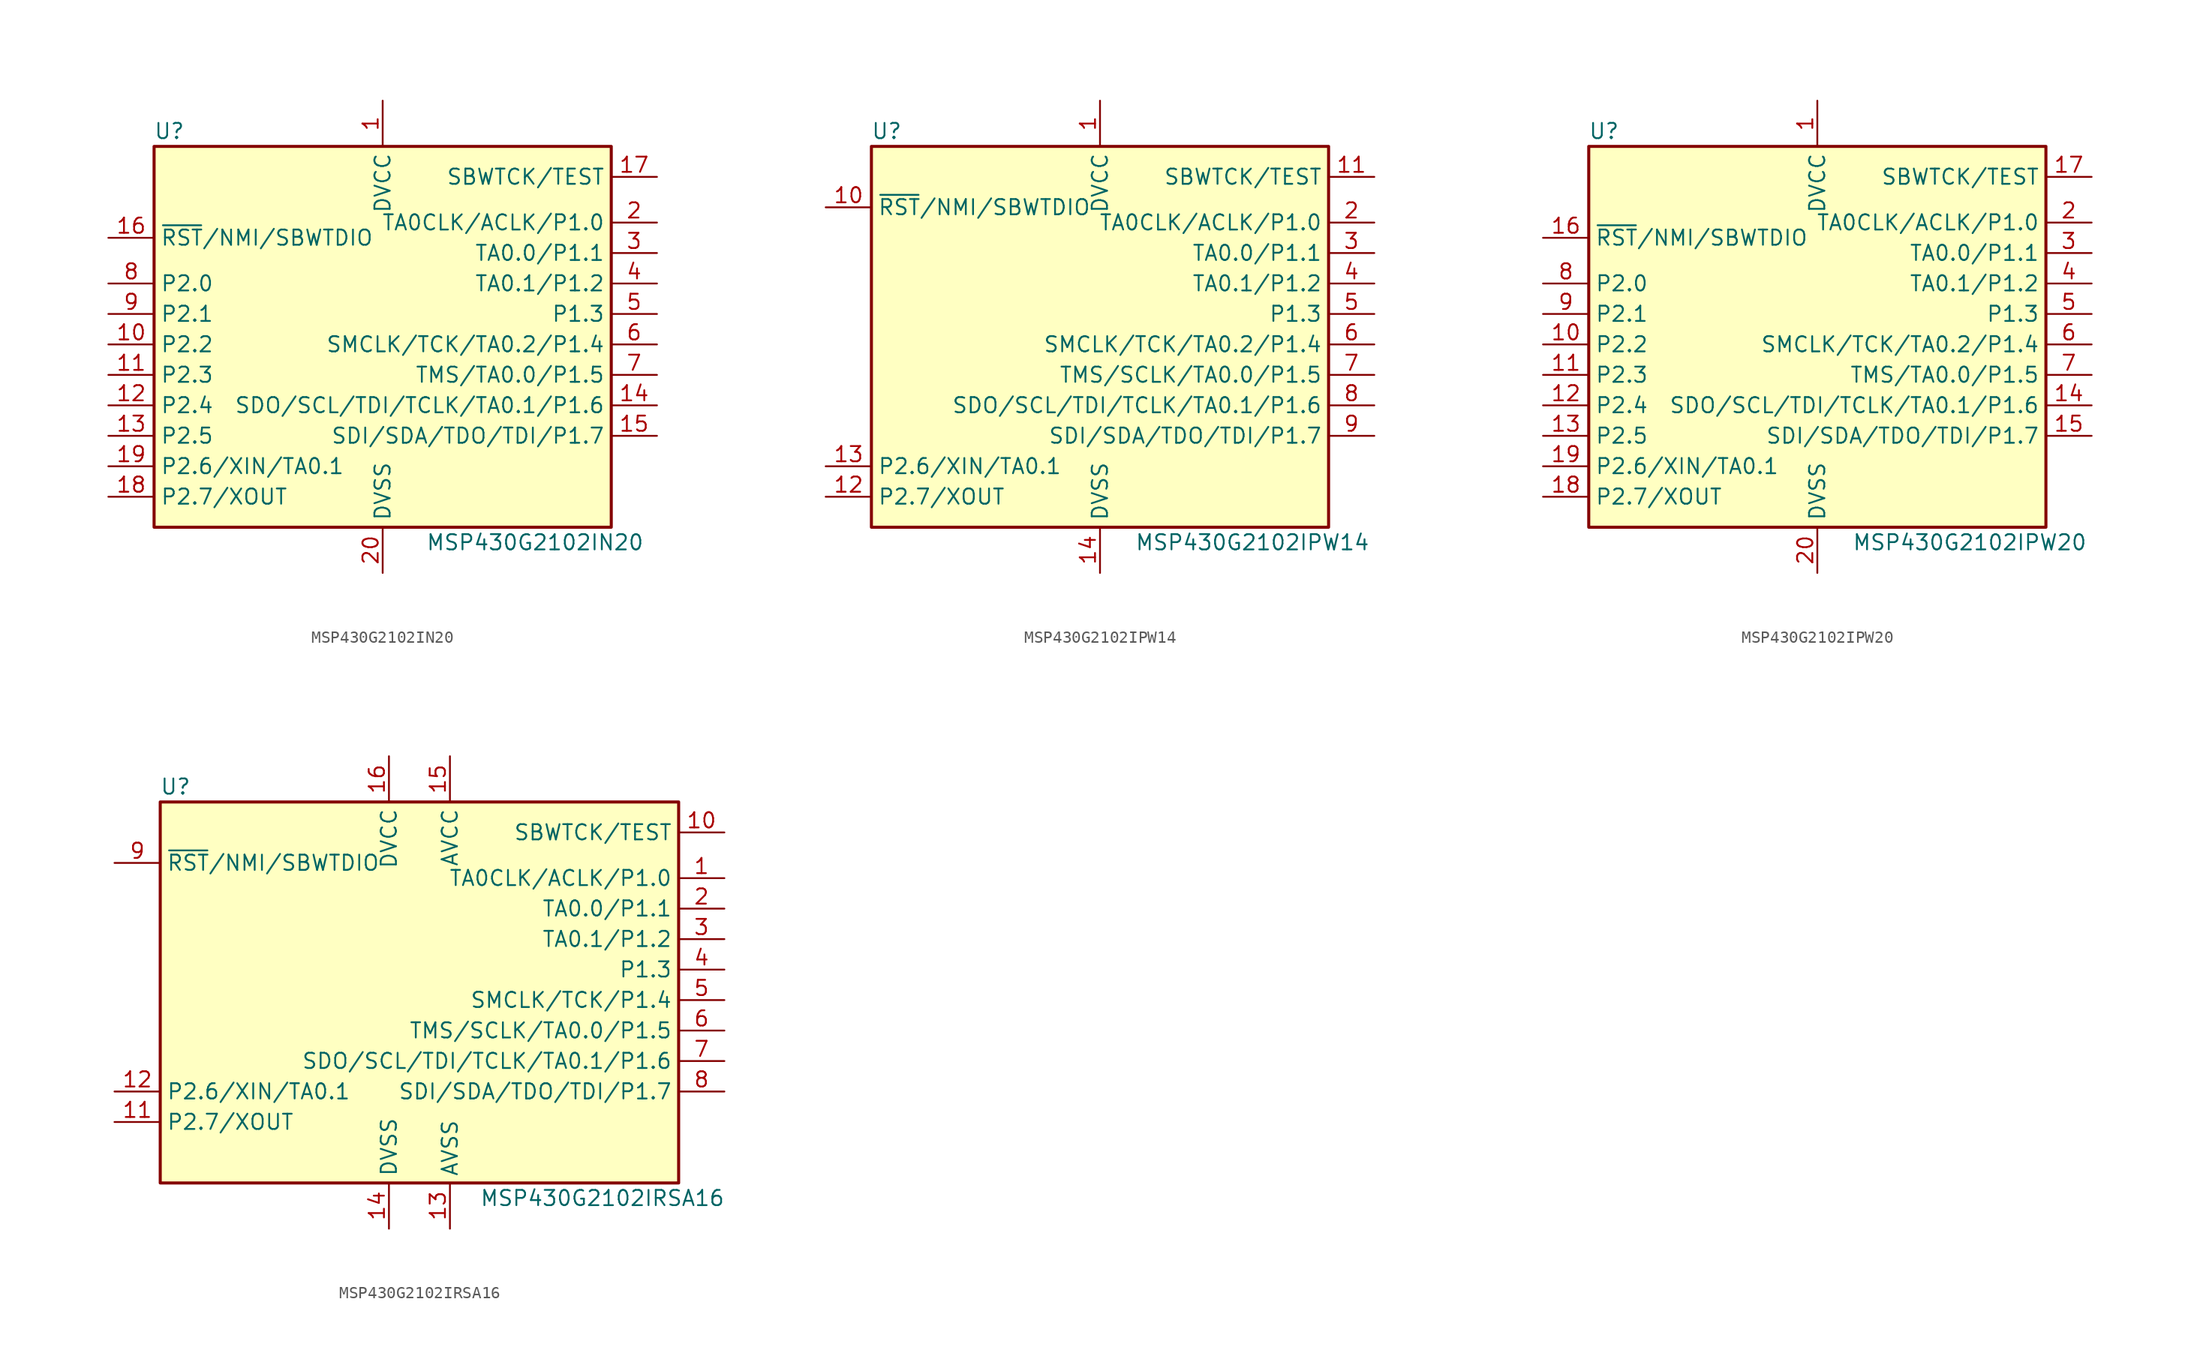
<source format=kicad_sym>
(kicad_symbol_lib
  (version 20211014)
  (generator kicad_symbol_editor)
  (symbol "MSP430G2102IN20"
    (property "Reference" "U"
      (at -17.78 17.78 0)
      (effects (font (size 1.27 1.27))))
    (property "Value" "MSP430G2102IN20"
      (at 12.7 -16.51 0)
      (effects (font (size 1.27 1.27))))
    (symbol "MSP430G2102IN20_0_1"
      (rectangle (start -19.05 16.51) (end 19.05 -15.24) (stroke (width 0.254) (type default) (color 0 0 0 0)) (fill (type background))))
    (symbol "MSP430G2102IN20_1_1"
      (pin power_in line (at 0 20.32 270) (length 3.81) (name "DVCC" (effects (font (size 1.27 1.27)))) (number "1" (effects (font (size 1.27 1.27)))))
      (pin bidirectional line (at -22.86 0 0) (length 3.81) (name "P2.2" (effects (font (size 1.27 1.27)))) (number "10" (effects (font (size 1.27 1.27)))))
      (pin bidirectional line (at -22.86 -2.54 0) (length 3.81) (name "P2.3" (effects (font (size 1.27 1.27)))) (number "11" (effects (font (size 1.27 1.27)))))
      (pin bidirectional line (at -22.86 -5.08 0) (length 3.81) (name "P2.4" (effects (font (size 1.27 1.27)))) (number "12" (effects (font (size 1.27 1.27)))))
      (pin bidirectional line (at -22.86 -7.62 0) (length 3.81) (name "P2.5" (effects (font (size 1.27 1.27)))) (number "13" (effects (font (size 1.27 1.27)))))
      (pin bidirectional line (at 22.86 -5.08 180) (length 3.81) (name "SDO/SCL/TDI/TCLK/TA0.1/P1.6" (effects (font (size 1.27 1.27)))) (number "14" (effects (font (size 1.27 1.27)))))
      (pin bidirectional line (at 22.86 -7.62 180) (length 3.81) (name "SDI/SDA/TDO/TDI/P1.7" (effects (font (size 1.27 1.27)))) (number "15" (effects (font (size 1.27 1.27)))))
      (pin input line (at -22.86 8.89 0) (length 3.81) (name "~{RST}/NMI/SBWTDIO" (effects (font (size 1.27 1.27)))) (number "16" (effects (font (size 1.27 1.27)))))
      (pin input line (at 22.86 13.97 180) (length 3.81) (name "SBWTCK/TEST" (effects (font (size 1.27 1.27)))) (number "17" (effects (font (size 1.27 1.27)))))
      (pin bidirectional line (at -22.86 -12.7 0) (length 3.81) (name "P2.7/XOUT" (effects (font (size 1.27 1.27)))) (number "18" (effects (font (size 1.27 1.27)))))
      (pin bidirectional line (at -22.86 -10.16 0) (length 3.81) (name "P2.6/XIN/TA0.1" (effects (font (size 1.27 1.27)))) (number "19" (effects (font (size 1.27 1.27)))))
      (pin bidirectional line (at 22.86 10.16 180) (length 3.81) (name "TA0CLK/ACLK/P1.0" (effects (font (size 1.27 1.27)))) (number "2" (effects (font (size 1.27 1.27)))))
      (pin power_in line (at 0 -19.05 90) (length 3.81) (name "DVSS" (effects (font (size 1.27 1.27)))) (number "20" (effects (font (size 1.27 1.27)))))
      (pin bidirectional line (at 22.86 7.62 180) (length 3.81) (name "TA0.0/P1.1" (effects (font (size 1.27 1.27)))) (number "3" (effects (font (size 1.27 1.27)))))
      (pin bidirectional line (at 22.86 5.08 180) (length 3.81) (name "TA0.1/P1.2" (effects (font (size 1.27 1.27)))) (number "4" (effects (font (size 1.27 1.27)))))
      (pin bidirectional line (at 22.86 2.54 180) (length 3.81) (name "P1.3" (effects (font (size 1.27 1.27)))) (number "5" (effects (font (size 1.27 1.27)))))
      (pin bidirectional line (at 22.86 0 180) (length 3.81) (name "SMCLK/TCK/TA0.2/P1.4" (effects (font (size 1.27 1.27)))) (number "6" (effects (font (size 1.27 1.27)))))
      (pin bidirectional line (at 22.86 -2.54 180) (length 3.81) (name "TMS/TA0.0/P1.5" (effects (font (size 1.27 1.27)))) (number "7" (effects (font (size 1.27 1.27)))))
      (pin bidirectional line (at -22.86 5.08 0) (length 3.81) (name "P2.0" (effects (font (size 1.27 1.27)))) (number "8" (effects (font (size 1.27 1.27)))))
      (pin bidirectional line (at -22.86 2.54 0) (length 3.81) (name "P2.1" (effects (font (size 1.27 1.27)))) (number "9" (effects (font (size 1.27 1.27)))))))
  (symbol "MSP430G2102IPW14"
    (property "Reference" "U"
      (at -17.78 17.78 0)
      (effects (font (size 1.27 1.27))))
    (property "Value" "MSP430G2102IPW14"
      (at 12.7 -16.51 0)
      (effects (font (size 1.27 1.27))))
    (symbol "MSP430G2102IPW14_0_1"
      (rectangle (start -19.05 16.51) (end 19.05 -15.24) (stroke (width 0.254) (type default) (color 0 0 0 0)) (fill (type background))))
    (symbol "MSP430G2102IPW14_1_1"
      (pin power_in line (at 0 20.32 270) (length 3.81) (name "DVCC" (effects (font (size 1.27 1.27)))) (number "1" (effects (font (size 1.27 1.27)))))
      (pin input line (at -22.86 11.43 0) (length 3.81) (name "~{RST}/NMI/SBWTDIO" (effects (font (size 1.27 1.27)))) (number "10" (effects (font (size 1.27 1.27)))))
      (pin input line (at 22.86 13.97 180) (length 3.81) (name "SBWTCK/TEST" (effects (font (size 1.27 1.27)))) (number "11" (effects (font (size 1.27 1.27)))))
      (pin bidirectional line (at -22.86 -12.7 0) (length 3.81) (name "P2.7/XOUT" (effects (font (size 1.27 1.27)))) (number "12" (effects (font (size 1.27 1.27)))))
      (pin bidirectional line (at -22.86 -10.16 0) (length 3.81) (name "P2.6/XIN/TA0.1" (effects (font (size 1.27 1.27)))) (number "13" (effects (font (size 1.27 1.27)))))
      (pin power_in line (at 0 -19.05 90) (length 3.81) (name "DVSS" (effects (font (size 1.27 1.27)))) (number "14" (effects (font (size 1.27 1.27)))))
      (pin bidirectional line (at 22.86 10.16 180) (length 3.81) (name "TA0CLK/ACLK/P1.0" (effects (font (size 1.27 1.27)))) (number "2" (effects (font (size 1.27 1.27)))))
      (pin bidirectional line (at 22.86 7.62 180) (length 3.81) (name "TA0.0/P1.1" (effects (font (size 1.27 1.27)))) (number "3" (effects (font (size 1.27 1.27)))))
      (pin bidirectional line (at 22.86 5.08 180) (length 3.81) (name "TA0.1/P1.2" (effects (font (size 1.27 1.27)))) (number "4" (effects (font (size 1.27 1.27)))))
      (pin bidirectional line (at 22.86 2.54 180) (length 3.81) (name "P1.3" (effects (font (size 1.27 1.27)))) (number "5" (effects (font (size 1.27 1.27)))))
      (pin bidirectional line (at 22.86 0 180) (length 3.81) (name "SMCLK/TCK/TA0.2/P1.4" (effects (font (size 1.27 1.27)))) (number "6" (effects (font (size 1.27 1.27)))))
      (pin bidirectional line (at 22.86 -2.54 180) (length 3.81) (name "TMS/SCLK/TA0.0/P1.5" (effects (font (size 1.27 1.27)))) (number "7" (effects (font (size 1.27 1.27)))))
      (pin bidirectional line (at 22.86 -5.08 180) (length 3.81) (name "SDO/SCL/TDI/TCLK/TA0.1/P1.6" (effects (font (size 1.27 1.27)))) (number "8" (effects (font (size 1.27 1.27)))))
      (pin bidirectional line (at 22.86 -7.62 180) (length 3.81) (name "SDI/SDA/TDO/TDI/P1.7" (effects (font (size 1.27 1.27)))) (number "9" (effects (font (size 1.27 1.27)))))))
  (symbol "MSP430G2102IPW20"
    (property "Reference" "U"
      (at -17.78 17.78 0)
      (effects (font (size 1.27 1.27))))
    (property "Value" "MSP430G2102IPW20"
      (at 12.7 -16.51 0)
      (effects (font (size 1.27 1.27))))
    (symbol "MSP430G2102IPW20_0_1"
      (rectangle (start -19.05 16.51) (end 19.05 -15.24) (stroke (width 0.254) (type default) (color 0 0 0 0)) (fill (type background))))
    (symbol "MSP430G2102IPW20_1_1"
      (pin power_in line (at 0 20.32 270) (length 3.81) (name "DVCC" (effects (font (size 1.27 1.27)))) (number "1" (effects (font (size 1.27 1.27)))))
      (pin bidirectional line (at -22.86 0 0) (length 3.81) (name "P2.2" (effects (font (size 1.27 1.27)))) (number "10" (effects (font (size 1.27 1.27)))))
      (pin bidirectional line (at -22.86 -2.54 0) (length 3.81) (name "P2.3" (effects (font (size 1.27 1.27)))) (number "11" (effects (font (size 1.27 1.27)))))
      (pin bidirectional line (at -22.86 -5.08 0) (length 3.81) (name "P2.4" (effects (font (size 1.27 1.27)))) (number "12" (effects (font (size 1.27 1.27)))))
      (pin bidirectional line (at -22.86 -7.62 0) (length 3.81) (name "P2.5" (effects (font (size 1.27 1.27)))) (number "13" (effects (font (size 1.27 1.27)))))
      (pin bidirectional line (at 22.86 -5.08 180) (length 3.81) (name "SDO/SCL/TDI/TCLK/TA0.1/P1.6" (effects (font (size 1.27 1.27)))) (number "14" (effects (font (size 1.27 1.27)))))
      (pin bidirectional line (at 22.86 -7.62 180) (length 3.81) (name "SDI/SDA/TDO/TDI/P1.7" (effects (font (size 1.27 1.27)))) (number "15" (effects (font (size 1.27 1.27)))))
      (pin input line (at -22.86 8.89 0) (length 3.81) (name "~{RST}/NMI/SBWTDIO" (effects (font (size 1.27 1.27)))) (number "16" (effects (font (size 1.27 1.27)))))
      (pin input line (at 22.86 13.97 180) (length 3.81) (name "SBWTCK/TEST" (effects (font (size 1.27 1.27)))) (number "17" (effects (font (size 1.27 1.27)))))
      (pin bidirectional line (at -22.86 -12.7 0) (length 3.81) (name "P2.7/XOUT" (effects (font (size 1.27 1.27)))) (number "18" (effects (font (size 1.27 1.27)))))
      (pin bidirectional line (at -22.86 -10.16 0) (length 3.81) (name "P2.6/XIN/TA0.1" (effects (font (size 1.27 1.27)))) (number "19" (effects (font (size 1.27 1.27)))))
      (pin bidirectional line (at 22.86 10.16 180) (length 3.81) (name "TA0CLK/ACLK/P1.0" (effects (font (size 1.27 1.27)))) (number "2" (effects (font (size 1.27 1.27)))))
      (pin power_in line (at 0 -19.05 90) (length 3.81) (name "DVSS" (effects (font (size 1.27 1.27)))) (number "20" (effects (font (size 1.27 1.27)))))
      (pin bidirectional line (at 22.86 7.62 180) (length 3.81) (name "TA0.0/P1.1" (effects (font (size 1.27 1.27)))) (number "3" (effects (font (size 1.27 1.27)))))
      (pin bidirectional line (at 22.86 5.08 180) (length 3.81) (name "TA0.1/P1.2" (effects (font (size 1.27 1.27)))) (number "4" (effects (font (size 1.27 1.27)))))
      (pin bidirectional line (at 22.86 2.54 180) (length 3.81) (name "P1.3" (effects (font (size 1.27 1.27)))) (number "5" (effects (font (size 1.27 1.27)))))
      (pin bidirectional line (at 22.86 0 180) (length 3.81) (name "SMCLK/TCK/TA0.2/P1.4" (effects (font (size 1.27 1.27)))) (number "6" (effects (font (size 1.27 1.27)))))
      (pin bidirectional line (at 22.86 -2.54 180) (length 3.81) (name "TMS/TA0.0/P1.5" (effects (font (size 1.27 1.27)))) (number "7" (effects (font (size 1.27 1.27)))))
      (pin bidirectional line (at -22.86 5.08 0) (length 3.81) (name "P2.0" (effects (font (size 1.27 1.27)))) (number "8" (effects (font (size 1.27 1.27)))))
      (pin bidirectional line (at -22.86 2.54 0) (length 3.81) (name "P2.1" (effects (font (size 1.27 1.27)))) (number "9" (effects (font (size 1.27 1.27)))))))
  (symbol "MSP430G2102IRSA16"
    (property "Reference" "U"
      (at -20.32 17.78 0)
      (effects (font (size 1.27 1.27))))
    (property "Value" "MSP430G2102IRSA16"
      (at 15.24 -16.51 0)
      (effects (font (size 1.27 1.27))))
    (symbol "MSP430G2102IRSA16_0_1"
      (rectangle (start -21.59 16.51) (end 21.59 -15.24) (stroke (width 0.254) (type default) (color 0 0 0 0)) (fill (type background))))
    (symbol "MSP430G2102IRSA16_1_1"
      (pin bidirectional line (at 25.4 10.16 180) (length 3.81) (name "TA0CLK/ACLK/P1.0" (effects (font (size 1.27 1.27)))) (number "1" (effects (font (size 1.27 1.27)))))
      (pin input line (at 25.4 13.97 180) (length 3.81) (name "SBWTCK/TEST" (effects (font (size 1.27 1.27)))) (number "10" (effects (font (size 1.27 1.27)))))
      (pin bidirectional line (at -25.4 -10.16 0) (length 3.81) (name "P2.7/XOUT" (effects (font (size 1.27 1.27)))) (number "11" (effects (font (size 1.27 1.27)))))
      (pin bidirectional line (at -25.4 -7.62 0) (length 3.81) (name "P2.6/XIN/TA0.1" (effects (font (size 1.27 1.27)))) (number "12" (effects (font (size 1.27 1.27)))))
      (pin power_in line (at 2.54 -19.05 90) (length 3.81) (name "AVSS" (effects (font (size 1.27 1.27)))) (number "13" (effects (font (size 1.27 1.27)))))
      (pin power_in line (at -2.54 -19.05 90) (length 3.81) (name "DVSS" (effects (font (size 1.27 1.27)))) (number "14" (effects (font (size 1.27 1.27)))))
      (pin power_in line (at 2.54 20.32 270) (length 3.81) (name "AVCC" (effects (font (size 1.27 1.27)))) (number "15" (effects (font (size 1.27 1.27)))))
      (pin power_in line (at -2.54 20.32 270) (length 3.81) (name "DVCC" (effects (font (size 1.27 1.27)))) (number "16" (effects (font (size 1.27 1.27)))))
      (pin bidirectional line (at 25.4 7.62 180) (length 3.81) (name "TA0.0/P1.1" (effects (font (size 1.27 1.27)))) (number "2" (effects (font (size 1.27 1.27)))))
      (pin bidirectional line (at 25.4 5.08 180) (length 3.81) (name "TA0.1/P1.2" (effects (font (size 1.27 1.27)))) (number "3" (effects (font (size 1.27 1.27)))))
      (pin bidirectional line (at 25.4 2.54 180) (length 3.81) (name "P1.3" (effects (font (size 1.27 1.27)))) (number "4" (effects (font (size 1.27 1.27)))))
      (pin bidirectional line (at 25.4 0 180) (length 3.81) (name "SMCLK/TCK/P1.4" (effects (font (size 1.27 1.27)))) (number "5" (effects (font (size 1.27 1.27)))))
      (pin bidirectional line (at 25.4 -2.54 180) (length 3.81) (name "TMS/SCLK/TA0.0/P1.5" (effects (font (size 1.27 1.27)))) (number "6" (effects (font (size 1.27 1.27)))))
      (pin bidirectional line (at 25.4 -5.08 180) (length 3.81) (name "SDO/SCL/TDI/TCLK/TA0.1/P1.6" (effects (font (size 1.27 1.27)))) (number "7" (effects (font (size 1.27 1.27)))))
      (pin bidirectional line (at 25.4 -7.62 180) (length 3.81) (name "SDI/SDA/TDO/TDI/P1.7" (effects (font (size 1.27 1.27)))) (number "8" (effects (font (size 1.27 1.27)))))
      (pin input line (at -25.4 11.43 0) (length 3.81) (name "~{RST}/NMI/SBWTDIO" (effects (font (size 1.27 1.27)))) (number "9" (effects (font (size 1.27 1.27))))))))
</source>
